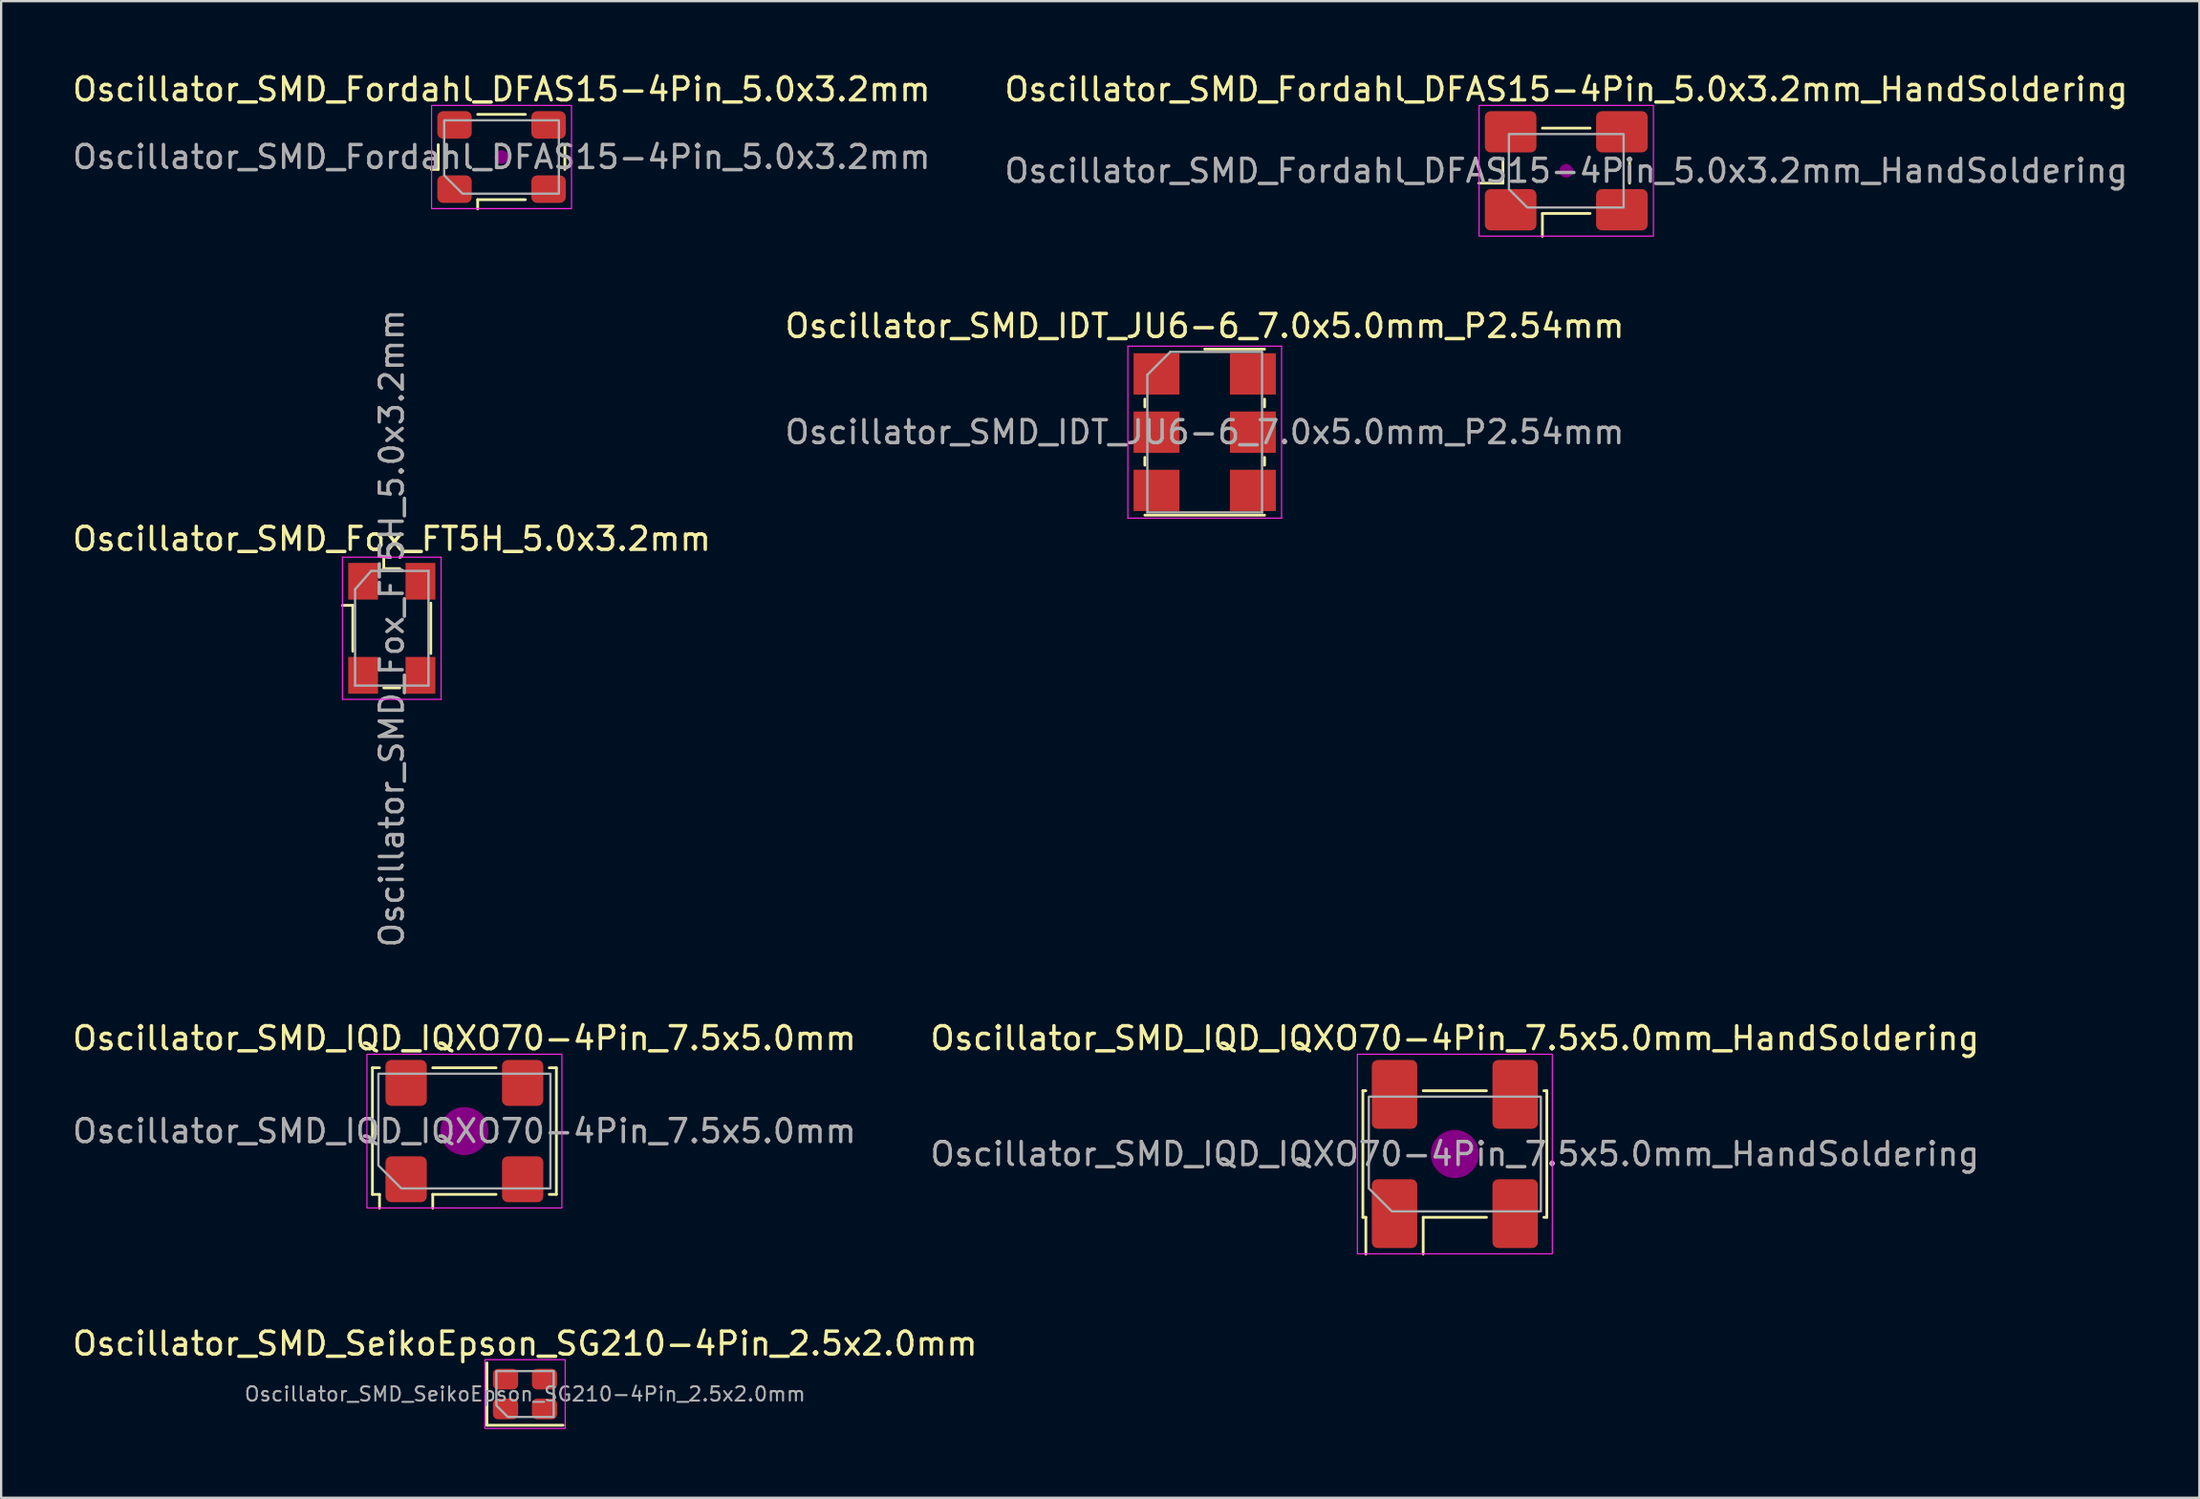
<source format=kicad_pcb>
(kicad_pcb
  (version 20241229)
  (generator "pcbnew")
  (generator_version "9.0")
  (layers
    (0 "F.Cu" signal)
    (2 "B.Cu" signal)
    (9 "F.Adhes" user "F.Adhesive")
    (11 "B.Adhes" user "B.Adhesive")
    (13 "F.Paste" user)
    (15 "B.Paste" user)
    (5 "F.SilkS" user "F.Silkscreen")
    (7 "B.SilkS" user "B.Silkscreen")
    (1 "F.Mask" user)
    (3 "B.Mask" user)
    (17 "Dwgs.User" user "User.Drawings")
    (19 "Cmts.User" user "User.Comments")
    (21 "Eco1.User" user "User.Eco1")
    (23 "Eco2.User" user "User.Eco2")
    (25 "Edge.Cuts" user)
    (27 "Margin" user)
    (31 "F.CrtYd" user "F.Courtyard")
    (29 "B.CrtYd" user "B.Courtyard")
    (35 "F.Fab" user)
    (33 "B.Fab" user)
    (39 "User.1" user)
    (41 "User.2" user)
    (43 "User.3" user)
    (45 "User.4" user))
  (footprint "Oscillator_SMD_Fordahl_DFAS15-4Pin_5.0x3.2mm_HandSoldering"
    (layer "F.Cu")
    (at 65.232 4.398)
    (property "Reference" "Oscillator_SMD_Fordahl_DFAS15-4Pin_5.0x3.2mm_HandSoldering" (at 0 -3.55 0) (layer "F.SilkS") (effects (font (size 1 1) (thickness 0.15))))
    (attr smd)
    (fp_line (start -3.81 0.54) (end -2.76 0.54) (stroke (width 0.12) (type solid)) (layer "F.SilkS"))
    (fp_line (start -2.76 0.54) (end -2.76 -0.54) (stroke (width 0.12) (type solid)) (layer "F.SilkS"))
    (fp_line (start -1.04 -1.86) (end 1.04 -1.86) (stroke (width 0.12) (type solid)) (layer "F.SilkS"))
    (fp_line (start -1.04 1.86) (end -1.04 2.86) (stroke (width 0.12) (type solid)) (layer "F.SilkS"))
    (fp_line (start 1.04 1.86) (end -1.04 1.86) (stroke (width 0.12) (type solid)) (layer "F.SilkS"))
    (fp_line (start 2.76 -0.54) (end 2.76 0.54) (stroke (width 0.12) (type solid)) (layer "F.SilkS"))
    (fp_circle (center 0 0) (end 0.25 0) (stroke (width 0.1) (type solid)) (fill yes) (layer "F.Adhes"))
    (fp_rect (start -3.8 -2.85) (end 3.8 2.85) (stroke (width 0.05) (type solid)) (fill no) (layer "F.CrtYd"))
    (fp_poly (pts (xy -2.5 -1.6) (xy -2.5 0.8) (xy -1.7 1.6) (xy 2.5 1.6) (xy 2.5 -1.6)) (stroke (width 0.1) (type solid)) (fill no) (layer "F.Fab"))
    (fp_text user "${REFERENCE}" (at 0 0 0) (layer "F.Fab") (effects (font (size 1 1) (thickness 0.15))))
    (pad "1" smd roundrect (at -2.425 1.7) (size 2.25 1.8) (layers "F.Cu" "F.Mask" "F.Paste") (roundrect_rratio 0.139))
    (pad "2" smd roundrect (at 2.425 1.7) (size 2.25 1.8) (layers "F.Cu" "F.Mask" "F.Paste") (roundrect_rratio 0.139))
    (pad "3" smd roundrect (at 2.425 -1.7) (size 2.25 1.8) (layers "F.Cu" "F.Mask" "F.Paste") (roundrect_rratio 0.139))
    (pad "4" smd roundrect (at -2.425 -1.7) (size 2.25 1.8) (layers "F.Cu" "F.Mask" "F.Paste") (roundrect_rratio 0.139)))
  (footprint "Oscillator_SMD_IDT_JU6-6_7.0x5.0mm_P2.54mm"
    (layer "F.Cu")
    (at 49.47 15.796)
    (property "Reference" "Oscillator_SMD_IDT_JU6-6_7.0x5.0mm_P2.54mm" (at 0 -4.63 0) (layer "F.SilkS") (effects (font (size 1 1) (thickness 0.15))))
    (attr smd)
    (fp_line (start -2.61 -1.1) (end -2.61 -1.44) (stroke (width 0.12) (type solid)) (layer "F.SilkS"))
    (fp_line (start -2.61 1.44) (end -2.61 1.1) (stroke (width 0.12) (type solid)) (layer "F.SilkS"))
    (fp_line (start 0 -3.62) (end 2.61 -3.62) (stroke (width 0.12) (type solid)) (layer "F.SilkS"))
    (fp_line (start 2.61 -1.44) (end 2.61 -1.1) (stroke (width 0.12) (type solid)) (layer "F.SilkS"))
    (fp_line (start 2.61 1.1) (end 2.61 1.44) (stroke (width 0.12) (type solid)) (layer "F.SilkS"))
    (fp_line (start 2.61 3.62) (end -2.61 3.62) (stroke (width 0.12) (type solid)) (layer "F.SilkS"))
    (fp_line (start -3.35 -3.75) (end -3.35 3.75) (stroke (width 0.05) (type solid)) (layer "F.CrtYd"))
    (fp_line (start -3.35 3.75) (end 3.35 3.75) (stroke (width 0.05) (type solid)) (layer "F.CrtYd"))
    (fp_line (start 3.35 -3.75) (end -3.35 -3.75) (stroke (width 0.05) (type solid)) (layer "F.CrtYd"))
    (fp_line (start 3.35 3.75) (end 3.35 -3.75) (stroke (width 0.05) (type solid)) (layer "F.CrtYd"))
    (fp_line (start -2.5 -2.5) (end -2.5 3.5) (stroke (width 0.1) (type solid)) (layer "F.Fab"))
    (fp_line (start -2.5 3.5) (end 2.5 3.5) (stroke (width 0.1) (type solid)) (layer "F.Fab"))
    (fp_line (start -1.5 -3.5) (end -2.5 -2.5) (stroke (width 0.1) (type solid)) (layer "F.Fab"))
    (fp_line (start 2.5 -3.5) (end -1.5 -3.5) (stroke (width 0.1) (type solid)) (layer "F.Fab"))
    (fp_line (start 2.5 3.5) (end 2.5 -3.5) (stroke (width 0.1) (type solid)) (layer "F.Fab"))
    (fp_text user "${REFERENCE}" (at 0 0 0) (layer "F.Fab") (effects (font (size 1 1) (thickness 0.15))))
    (pad "1" smd rect (at -2.1 -2.54 270) (size 1.8 2) (layers "F.Cu" "F.Mask" "F.Paste"))
    (pad "2" smd rect (at -2.1 0 270) (size 1.8 2) (layers "F.Cu" "F.Mask" "F.Paste"))
    (pad "3" smd rect (at -2.1 2.54 270) (size 1.8 2) (layers "F.Cu" "F.Mask" "F.Paste"))
    (pad "4" smd rect (at 2.1 2.54 270) (size 1.8 2) (layers "F.Cu" "F.Mask" "F.Paste"))
    (pad "5" smd rect (at 2.1 0 270) (size 1.8 2) (layers "F.Cu" "F.Mask" "F.Paste"))
    (pad "6" smd rect (at 2.1 -2.54 270) (size 1.8 2) (layers "F.Cu" "F.Mask" "F.Paste")))
  (footprint "Oscillator_SMD_IQD_IQXO70-4Pin_7.5x5.0mm"
    (layer "F.Cu")
    (at 17.196 46.276)
    (property "Reference" "Oscillator_SMD_IQD_IQXO70-4Pin_7.5x5.0mm" (at 0 -4.05 0) (layer "F.SilkS") (effects (font (size 1 1) (thickness 0.15))))
    (attr smd)
    (fp_line (start -4.01 -2.76) (end -3.7 -2.76) (stroke (width 0.12) (type solid)) (layer "F.SilkS"))
    (fp_line (start -4.01 2.76) (end -4.01 -2.76) (stroke (width 0.12) (type solid)) (layer "F.SilkS"))
    (fp_line (start -3.7 2.76) (end -4.01 2.76) (stroke (width 0.12) (type solid)) (layer "F.SilkS"))
    (fp_line (start -3.7 3.36) (end -3.7 2.76) (stroke (width 0.12) (type solid)) (layer "F.SilkS"))
    (fp_line (start -1.38 -2.76) (end 1.38 -2.76) (stroke (width 0.12) (type solid)) (layer "F.SilkS"))
    (fp_line (start -1.38 2.76) (end -1.38 3.36) (stroke (width 0.12) (type solid)) (layer "F.SilkS"))
    (fp_line (start 1.38 2.76) (end -1.38 2.76) (stroke (width 0.12) (type solid)) (layer "F.SilkS"))
    (fp_line (start 3.7 -2.76) (end 4.01 -2.76) (stroke (width 0.12) (type solid)) (layer "F.SilkS"))
    (fp_line (start 4.01 -2.76) (end 4.01 2.76) (stroke (width 0.12) (type solid)) (layer "F.SilkS"))
    (fp_line (start 4.01 2.76) (end 3.7 2.76) (stroke (width 0.12) (type solid)) (layer "F.SilkS"))
    (fp_circle (center 0 0) (end 1 0) (stroke (width 0.1) (type solid)) (fill yes) (layer "F.Adhes"))
    (fp_rect (start -4.25 -3.35) (end 4.25 3.35) (stroke (width 0.05) (type solid)) (fill no) (layer "F.CrtYd"))
    (fp_poly (pts (xy -3.75 -2.5) (xy -3.75 1.5) (xy -2.75 2.5) (xy 3.75 2.5) (xy 3.75 -2.5)) (stroke (width 0.1) (type solid)) (fill no) (layer "F.Fab"))
    (fp_text user "${REFERENCE}" (at 0 0 0) (layer "F.Fab") (effects (font (size 1 1) (thickness 0.15))))
    (pad "1" smd roundrect (at -2.54 2.1) (size 1.8 2) (layers "F.Cu" "F.Mask" "F.Paste") (roundrect_rratio 0.139))
    (pad "2" smd roundrect (at 2.54 2.1) (size 1.8 2) (layers "F.Cu" "F.Mask" "F.Paste") (roundrect_rratio 0.139))
    (pad "3" smd roundrect (at 2.54 -2.1) (size 1.8 2) (layers "F.Cu" "F.Mask" "F.Paste") (roundrect_rratio 0.139))
    (pad "4" smd roundrect (at -2.54 -2.1) (size 1.8 2) (layers "F.Cu" "F.Mask" "F.Paste") (roundrect_rratio 0.139)))
  (footprint "Oscillator_SMD_SeikoEpson_SG210-4Pin_2.5x2.0mm"
    (layer "F.Cu")
    (at 19.839 57.744)
    (property "Reference" "Oscillator_SMD_SeikoEpson_SG210-4Pin_2.5x2.0mm" (at 0 -2.2 0) (layer "F.SilkS") (effects (font (size 1 1) (thickness 0.15))))
    (attr smd)
    (fp_line (start -1.66 -1.36) (end -1.66 1.36) (stroke (width 0.12) (type solid)) (layer "F.SilkS"))
    (fp_line (start -1.66 1.36) (end 1.66 1.36) (stroke (width 0.12) (type solid)) (layer "F.SilkS"))
    (fp_rect (start -1.75 -1.5) (end 1.75 1.5) (stroke (width 0.05) (type solid)) (fill no) (layer "F.CrtYd"))
    (fp_poly (pts (xy -1.25 -1) (xy -1.25 0.5) (xy -0.75 1) (xy 1.25 1) (xy 1.25 -1)) (stroke (width 0.1) (type solid)) (fill no) (layer "F.Fab"))
    (fp_text user "${REFERENCE}" (at 0 0 0) (layer "F.Fab") (effects (font (size 0.62 0.62) (thickness 0.09))))
    (pad "1" smd roundrect (at -0.85 0.65) (size 1.1 0.9) (layers "F.Cu" "F.Mask" "F.Paste") (roundrect_rratio 0.25))
    (pad "2" smd roundrect (at 0.85 0.65) (size 1.1 0.9) (layers "F.Cu" "F.Mask" "F.Paste") (roundrect_rratio 0.25))
    (pad "3" smd roundrect (at 0.85 -0.65) (size 1.1 0.9) (layers "F.Cu" "F.Mask" "F.Paste") (roundrect_rratio 0.25))
    (pad "4" smd roundrect (at -0.85 -0.65) (size 1.1 0.9) (layers "F.Cu" "F.Mask" "F.Paste") (roundrect_rratio 0.25)))
  (footprint "Oscillator_SMD_Fordahl_DFAS15-4Pin_5.0x3.2mm"
    (layer "F.Cu")
    (at 18.815 3.798)
    (property "Reference" "Oscillator_SMD_Fordahl_DFAS15-4Pin_5.0x3.2mm" (at 0 -2.95 0) (layer "F.SilkS") (effects (font (size 1 1) (thickness 0.15))))
    (attr smd)
    (fp_line (start -3.06 0.54) (end -2.76 0.54) (stroke (width 0.12) (type solid)) (layer "F.SilkS"))
    (fp_line (start -2.76 0.54) (end -2.76 -0.54) (stroke (width 0.12) (type solid)) (layer "F.SilkS"))
    (fp_line (start -1.04 -1.86) (end 1.04 -1.86) (stroke (width 0.12) (type solid)) (layer "F.SilkS"))
    (fp_line (start -1.04 1.86) (end -1.04 2.26) (stroke (width 0.12) (type solid)) (layer "F.SilkS"))
    (fp_line (start 1.04 1.86) (end -1.04 1.86) (stroke (width 0.12) (type solid)) (layer "F.SilkS"))
    (fp_line (start 2.76 -0.54) (end 2.76 0.54) (stroke (width 0.12) (type solid)) (layer "F.SilkS"))
    (fp_circle (center 0 0) (end 0.25 0) (stroke (width 0.1) (type solid)) (fill yes) (layer "F.Adhes"))
    (fp_rect (start -3.05 -2.25) (end 3.05 2.25) (stroke (width 0.05) (type solid)) (fill no) (layer "F.CrtYd"))
    (fp_poly (pts (xy -2.5 -1.6) (xy -2.5 0.8) (xy -1.7 1.6) (xy 2.5 1.6) (xy 2.5 -1.6)) (stroke (width 0.1) (type solid)) (fill no) (layer "F.Fab"))
    (fp_text user "${REFERENCE}" (at 0 0 0) (layer "F.Fab") (effects (font (size 1 1) (thickness 0.15))))
    (pad "1" smd roundrect (at -2.05 1.4) (size 1.5 1.2) (layers "F.Cu" "F.Mask" "F.Paste") (roundrect_rratio 0.208))
    (pad "2" smd roundrect (at 2.05 1.4) (size 1.5 1.2) (layers "F.Cu" "F.Mask" "F.Paste") (roundrect_rratio 0.208))
    (pad "3" smd roundrect (at 2.05 -1.4) (size 1.5 1.2) (layers "F.Cu" "F.Mask" "F.Paste") (roundrect_rratio 0.208))
    (pad "4" smd roundrect (at -2.05 -1.4) (size 1.5 1.2) (layers "F.Cu" "F.Mask" "F.Paste") (roundrect_rratio 0.208)))
  (footprint "Oscillator_SMD_IQD_IQXO70-4Pin_7.5x5.0mm_HandSoldering"
    (layer "F.Cu")
    (at 60.375 47.276)
    (property "Reference" "Oscillator_SMD_IQD_IQXO70-4Pin_7.5x5.0mm_HandSoldering" (at 0 -5.05 0) (layer "F.SilkS") (effects (font (size 1 1) (thickness 0.15))))
    (attr smd)
    (fp_line (start -4.01 -2.76) (end -3.88 -2.76) (stroke (width 0.12) (type solid)) (layer "F.SilkS"))
    (fp_line (start -4.01 2.76) (end -4.01 -2.76) (stroke (width 0.12) (type solid)) (layer "F.SilkS"))
    (fp_line (start -3.88 2.76) (end -4.01 2.76) (stroke (width 0.12) (type solid)) (layer "F.SilkS"))
    (fp_line (start -3.88 4.36) (end -3.88 2.76) (stroke (width 0.12) (type solid)) (layer "F.SilkS"))
    (fp_line (start -1.38 -2.76) (end 1.38 -2.76) (stroke (width 0.12) (type solid)) (layer "F.SilkS"))
    (fp_line (start -1.38 2.76) (end -1.38 4.36) (stroke (width 0.12) (type solid)) (layer "F.SilkS"))
    (fp_line (start 1.38 2.76) (end -1.38 2.76) (stroke (width 0.12) (type solid)) (layer "F.SilkS"))
    (fp_line (start 3.88 -2.76) (end 4.01 -2.76) (stroke (width 0.12) (type solid)) (layer "F.SilkS"))
    (fp_line (start 4.01 -2.76) (end 4.01 2.76) (stroke (width 0.12) (type solid)) (layer "F.SilkS"))
    (fp_line (start 4.01 2.76) (end 3.88 2.76) (stroke (width 0.12) (type solid)) (layer "F.SilkS"))
    (fp_circle (center 0 0) (end 1 0) (stroke (width 0.1) (type solid)) (fill yes) (layer "F.Adhes"))
    (fp_rect (start -4.25 -4.35) (end 4.25 4.35) (stroke (width 0.05) (type solid)) (fill no) (layer "F.CrtYd"))
    (fp_poly (pts (xy -3.75 -2.5) (xy -3.75 1.5) (xy -2.75 2.5) (xy 3.75 2.5) (xy 3.75 -2.5)) (stroke (width 0.1) (type solid)) (fill no) (layer "F.Fab"))
    (fp_text user "${REFERENCE}" (at 0 0 0) (layer "F.Fab") (effects (font (size 1 1) (thickness 0.15))))
    (pad "1" smd roundrect (at -2.63 2.6) (size 1.98 3) (layers "F.Cu" "F.Mask" "F.Paste") (roundrect_rratio 0.126))
    (pad "2" smd roundrect (at 2.63 2.6) (size 1.98 3) (layers "F.Cu" "F.Mask" "F.Paste") (roundrect_rratio 0.126))
    (pad "3" smd roundrect (at 2.63 -2.6) (size 1.98 3) (layers "F.Cu" "F.Mask" "F.Paste") (roundrect_rratio 0.126))
    (pad "4" smd roundrect (at -2.63 -2.6) (size 1.98 3) (layers "F.Cu" "F.Mask" "F.Paste") (roundrect_rratio 0.126)))
  (footprint "Oscillator_SMD_Fox_FT5H_5.0x3.2mm"
    (layer "F.Cu")
    (at 14.03 24.348)
    (property "Reference" "Oscillator_SMD_Fox_FT5H_5.0x3.2mm" (at 0 -3.9 0) (layer "F.SilkS") (effects (font (size 1 1) (thickness 0.15))))
    (attr smd)
    (fp_line (start -1.7 -1) (end -2.15 -1) (stroke (width 0.12) (type solid)) (layer "F.SilkS"))
    (fp_line (start -1.7 1) (end -1.7 -1) (stroke (width 0.12) (type solid)) (layer "F.SilkS"))
    (fp_line (start -0.35 -2.6) (end -0.35 -3.1) (stroke (width 0.12) (type solid)) (layer "F.SilkS"))
    (fp_line (start -0.35 -2.6) (end 0.35 -2.6) (stroke (width 0.12) (type solid)) (layer "F.SilkS"))
    (fp_line (start 0.35 2.6) (end -0.35 2.6) (stroke (width 0.12) (type solid)) (layer "F.SilkS"))
    (fp_line (start 1.7 -1.1) (end 1.7 1.1) (stroke (width 0.12) (type solid)) (layer "F.SilkS"))
    (fp_line (start -2.15 -3.1) (end 2.15 -3.1) (stroke (width 0.05) (type solid)) (layer "F.CrtYd"))
    (fp_line (start -2.15 3.1) (end -2.15 -3.1) (stroke (width 0.05) (type solid)) (layer "F.CrtYd"))
    (fp_line (start 2.15 -3.1) (end 2.15 3.1) (stroke (width 0.05) (type solid)) (layer "F.CrtYd"))
    (fp_line (start 2.15 3.1) (end -2.15 3.1) (stroke (width 0.05) (type solid)) (layer "F.CrtYd"))
    (fp_line (start -1.6 -1.7) (end -0.9 -2.5) (stroke (width 0.1) (type solid)) (layer "F.Fab"))
    (fp_line (start -1.6 2.5) (end -1.6 -1.7) (stroke (width 0.1) (type solid)) (layer "F.Fab"))
    (fp_line (start -0.9 -2.5) (end 1.6 -2.5) (stroke (width 0.1) (type solid)) (layer "F.Fab"))
    (fp_line (start 1.6 -2.5) (end 1.6 2.5) (stroke (width 0.1) (type solid)) (layer "F.Fab"))
    (fp_line (start 1.6 2.5) (end -1.6 2.5) (stroke (width 0.1) (type solid)) (layer "F.Fab"))
    (fp_text user "${REFERENCE}" (at 0 0 270) (layer "F.Fab") (effects (font (size 1 1) (thickness 0.15))))
    (pad "1" smd rect (at -1.25 -2.05 270) (size 1.6 1.3) (layers "F.Cu" "F.Mask" "F.Paste"))
    (pad "2" smd rect (at -1.25 2.05 270) (size 1.6 1.3) (layers "F.Cu" "F.Mask" "F.Paste"))
    (pad "3" smd rect (at 1.25 2.05 270) (size 1.6 1.3) (layers "F.Cu" "F.Mask" "F.Paste"))
    (pad "4" smd rect (at 1.25 -2.05 270) (size 1.6 1.3) (layers "F.Cu" "F.Mask" "F.Paste")))
  (gr_rect
    (start -3 -3)
    (end 92.833 62.269)
    (stroke (width 0.1) (type default))
    (fill no)
    (layer "Edge.Cuts")))
</source>
